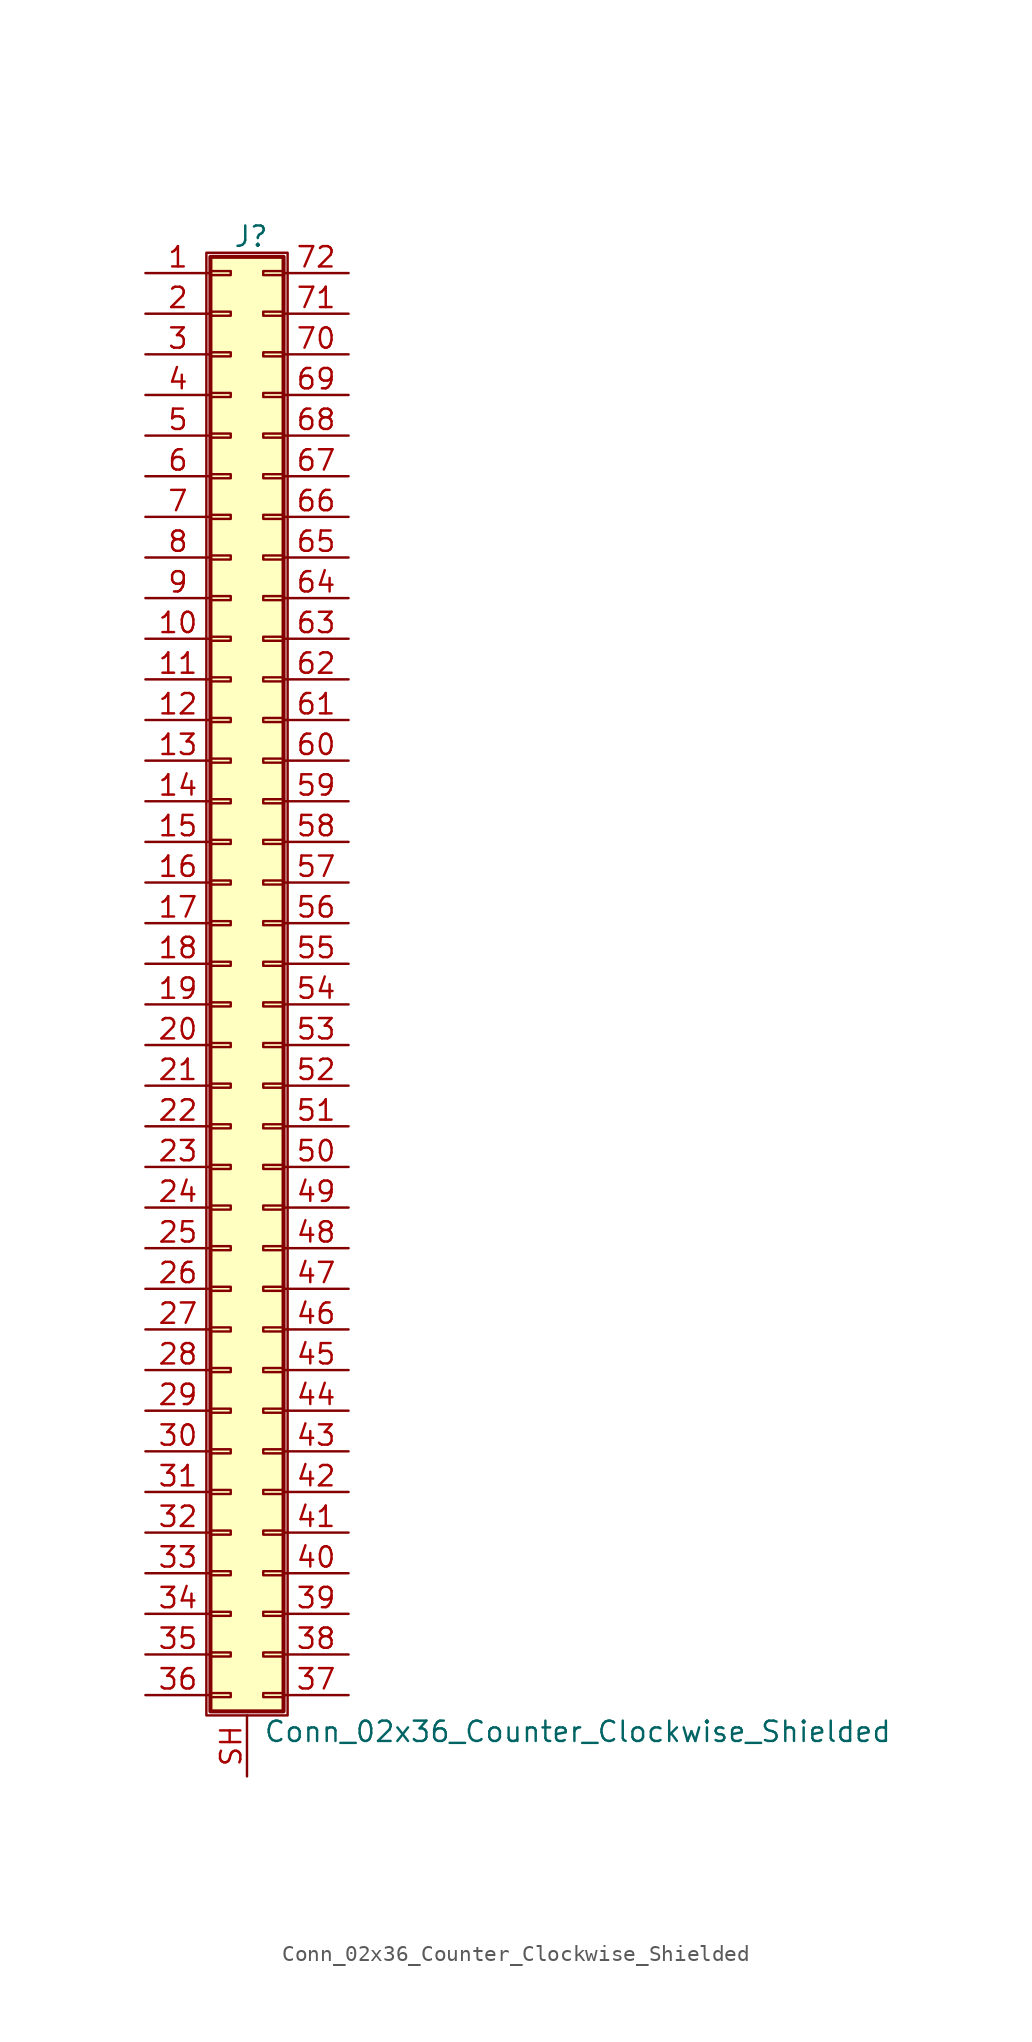
<source format=kicad_sym>
(kicad_symbol_lib
  (version 20201005)
  (generator kicad_symbol_editor)
  (symbol "Connector_Generic_Shielded:Conn_02x36_Counter_Clockwise_Shielded"
    (pin_names
      (offset 1.016) hide)
    (property "Reference" "J"
      (at 1.524 45.466 0)
      (effects (font (size 1.27 1.27))))
    (property "Value" "Conn_02x36_Counter_Clockwise_Shielded"
      (at 2.286 -48.006 0)
      (effects (font (size 1.27 1.27)) (justify left)))
    (symbol "Conn_02x36_Counter_Clockwise_Shielded_1_1"
      (rectangle (start -1.016 -27.813) (end 0.254 -28.067) (stroke (width 0.152)) (fill (type none)))
      (rectangle (start -1.016 -30.353) (end 0.254 -30.607) (stroke (width 0.152)) (fill (type none)))
      (rectangle (start -1.016 -32.893) (end 0.254 -33.147) (stroke (width 0.152)) (fill (type none)))
      (rectangle (start -1.016 -35.433) (end 0.254 -35.687) (stroke (width 0.152)) (fill (type none)))
      (rectangle (start -1.016 -37.973) (end 0.254 -38.227) (stroke (width 0.152)) (fill (type none)))
      (rectangle (start -1.016 -40.513) (end 0.254 -40.767) (stroke (width 0.152)) (fill (type none)))
      (rectangle (start -1.016 -43.053) (end 0.254 -43.307) (stroke (width 0.152)) (fill (type none)))
      (rectangle (start -1.016 -45.593) (end 0.254 -45.847) (stroke (width 0.152)) (fill (type none)))
      (rectangle (start -1.016 -4.953) (end 0.254 -5.207) (stroke (width 0.152)) (fill (type none)))
      (rectangle (start -1.016 -7.493) (end 0.254 -7.747) (stroke (width 0.152)) (fill (type none)))
      (rectangle (start -1.016 -10.033) (end 0.254 -10.287) (stroke (width 0.152)) (fill (type none)))
      (rectangle (start -1.016 -12.573) (end 0.254 -12.827) (stroke (width 0.152)) (fill (type none)))
      (rectangle (start -1.016 -15.113) (end 0.254 -15.367) (stroke (width 0.152)) (fill (type none)))
      (rectangle (start -1.016 -17.653) (end 0.254 -17.907) (stroke (width 0.152)) (fill (type none)))
      (rectangle (start -1.016 -20.193) (end 0.254 -20.447) (stroke (width 0.152)) (fill (type none)))
      (rectangle (start -1.016 -22.733) (end 0.254 -22.987) (stroke (width 0.152)) (fill (type none)))
      (rectangle (start -1.016 -2.413) (end 0.254 -2.667) (stroke (width 0.152)) (fill (type none)))
      (rectangle (start -1.016 -25.273) (end 0.254 -25.527) (stroke (width 0.152)) (fill (type none)))
      (rectangle (start -1.016 25.527) (end 0.254 25.273) (stroke (width 0.152)) (fill (type none)))
      (rectangle (start -1.016 2.667) (end 0.254 2.413) (stroke (width 0.152)) (fill (type none)))
      (rectangle (start -1.016 28.067) (end 0.254 27.813) (stroke (width 0.152)) (fill (type none)))
      (rectangle (start -1.016 30.607) (end 0.254 30.353) (stroke (width 0.152)) (fill (type none)))
      (rectangle (start -1.016 33.147) (end 0.254 32.893) (stroke (width 0.152)) (fill (type none)))
      (rectangle (start -1.016 35.687) (end 0.254 35.433) (stroke (width 0.152)) (fill (type none)))
      (rectangle (start -1.016 38.227) (end 0.254 37.973) (stroke (width 0.152)) (fill (type none)))
      (rectangle (start -1.016 40.767) (end 0.254 40.513) (stroke (width 0.152)) (fill (type none)))
      (rectangle (start -1.016 43.307) (end 0.254 43.053) (stroke (width 0.152)) (fill (type none)))
      (rectangle (start -1.016 44.196) (end 3.556 -46.736) (stroke (width 0.254)) (fill (type background)))
      (rectangle (start -1.016 5.207) (end 0.254 4.953) (stroke (width 0.152)) (fill (type none)))
      (rectangle (start -1.016 7.747) (end 0.254 7.493) (stroke (width 0.152)) (fill (type none)))
      (rectangle (start -1.016 10.287) (end 0.254 10.033) (stroke (width 0.152)) (fill (type none)))
      (rectangle (start -1.016 0.127) (end 0.254 -0.127) (stroke (width 0.152)) (fill (type none)))
      (rectangle (start -1.016 12.827) (end 0.254 12.573) (stroke (width 0.152)) (fill (type none)))
      (rectangle (start -1.016 15.367) (end 0.254 15.113) (stroke (width 0.152)) (fill (type none)))
      (rectangle (start -1.016 17.907) (end 0.254 17.653) (stroke (width 0.152)) (fill (type none)))
      (rectangle (start -1.016 20.447) (end 0.254 20.193) (stroke (width 0.152)) (fill (type none)))
      (rectangle (start -1.016 22.987) (end 0.254 22.733) (stroke (width 0.152)) (fill (type none)))
      (rectangle (start -1.27 44.45) (end 3.81 -46.99) (stroke (width 0.152)) (fill (type none)))
      (rectangle (start 3.556 -27.813) (end 2.286 -28.067) (stroke (width 0.152)) (fill (type none)))
      (rectangle (start 3.556 -30.353) (end 2.286 -30.607) (stroke (width 0.152)) (fill (type none)))
      (rectangle (start 3.556 -32.893) (end 2.286 -33.147) (stroke (width 0.152)) (fill (type none)))
      (rectangle (start 3.556 -35.433) (end 2.286 -35.687) (stroke (width 0.152)) (fill (type none)))
      (rectangle (start 3.556 -37.973) (end 2.286 -38.227) (stroke (width 0.152)) (fill (type none)))
      (rectangle (start 3.556 -40.513) (end 2.286 -40.767) (stroke (width 0.152)) (fill (type none)))
      (rectangle (start 3.556 -43.053) (end 2.286 -43.307) (stroke (width 0.152)) (fill (type none)))
      (rectangle (start 3.556 -45.593) (end 2.286 -45.847) (stroke (width 0.152)) (fill (type none)))
      (rectangle (start 3.556 -4.953) (end 2.286 -5.207) (stroke (width 0.152)) (fill (type none)))
      (rectangle (start 3.556 -7.493) (end 2.286 -7.747) (stroke (width 0.152)) (fill (type none)))
      (rectangle (start 3.556 -10.033) (end 2.286 -10.287) (stroke (width 0.152)) (fill (type none)))
      (rectangle (start 3.556 -12.573) (end 2.286 -12.827) (stroke (width 0.152)) (fill (type none)))
      (rectangle (start 3.556 -15.113) (end 2.286 -15.367) (stroke (width 0.152)) (fill (type none)))
      (rectangle (start 3.556 -17.653) (end 2.286 -17.907) (stroke (width 0.152)) (fill (type none)))
      (rectangle (start 3.556 -20.193) (end 2.286 -20.447) (stroke (width 0.152)) (fill (type none)))
      (rectangle (start 3.556 -22.733) (end 2.286 -22.987) (stroke (width 0.152)) (fill (type none)))
      (rectangle (start 3.556 -2.413) (end 2.286 -2.667) (stroke (width 0.152)) (fill (type none)))
      (rectangle (start 3.556 -25.273) (end 2.286 -25.527) (stroke (width 0.152)) (fill (type none)))
      (rectangle (start 3.556 25.527) (end 2.286 25.273) (stroke (width 0.152)) (fill (type none)))
      (rectangle (start 3.556 2.667) (end 2.286 2.413) (stroke (width 0.152)) (fill (type none)))
      (rectangle (start 3.556 28.067) (end 2.286 27.813) (stroke (width 0.152)) (fill (type none)))
      (rectangle (start 3.556 30.607) (end 2.286 30.353) (stroke (width 0.152)) (fill (type none)))
      (rectangle (start 3.556 33.147) (end 2.286 32.893) (stroke (width 0.152)) (fill (type none)))
      (rectangle (start 3.556 35.687) (end 2.286 35.433) (stroke (width 0.152)) (fill (type none)))
      (rectangle (start 3.556 38.227) (end 2.286 37.973) (stroke (width 0.152)) (fill (type none)))
      (rectangle (start 3.556 40.767) (end 2.286 40.513) (stroke (width 0.152)) (fill (type none)))
      (rectangle (start 3.556 43.307) (end 2.286 43.053) (stroke (width 0.152)) (fill (type none)))
      (rectangle (start 3.556 5.207) (end 2.286 4.953) (stroke (width 0.152)) (fill (type none)))
      (rectangle (start 3.556 7.747) (end 2.286 7.493) (stroke (width 0.152)) (fill (type none)))
      (rectangle (start 3.556 10.287) (end 2.286 10.033) (stroke (width 0.152)) (fill (type none)))
      (rectangle (start 3.556 0.127) (end 2.286 -0.127) (stroke (width 0.152)) (fill (type none)))
      (rectangle (start 3.556 12.827) (end 2.286 12.573) (stroke (width 0.152)) (fill (type none)))
      (rectangle (start 3.556 15.367) (end 2.286 15.113) (stroke (width 0.152)) (fill (type none)))
      (rectangle (start 3.556 17.907) (end 2.286 17.653) (stroke (width 0.152)) (fill (type none)))
      (rectangle (start 3.556 20.447) (end 2.286 20.193) (stroke (width 0.152)) (fill (type none)))
      (rectangle (start 3.556 22.987) (end 2.286 22.733) (stroke (width 0.152)) (fill (type none)))
      (pin passive line (at -5.08 43.18 0) (length 4.064) (name "Pin_1" (effects (font (size 1.27 1.27)))) (number "1" (effects (font (size 1.27 1.27)))))
      (pin passive line (at -5.08 20.32 0) (length 4.064) (name "Pin_10" (effects (font (size 1.27 1.27)))) (number "10" (effects (font (size 1.27 1.27)))))
      (pin passive line (at -5.08 17.78 0) (length 4.064) (name "Pin_11" (effects (font (size 1.27 1.27)))) (number "11" (effects (font (size 1.27 1.27)))))
      (pin passive line (at -5.08 15.24 0) (length 4.064) (name "Pin_12" (effects (font (size 1.27 1.27)))) (number "12" (effects (font (size 1.27 1.27)))))
      (pin passive line (at -5.08 12.7 0) (length 4.064) (name "Pin_13" (effects (font (size 1.27 1.27)))) (number "13" (effects (font (size 1.27 1.27)))))
      (pin passive line (at -5.08 10.16 0) (length 4.064) (name "Pin_14" (effects (font (size 1.27 1.27)))) (number "14" (effects (font (size 1.27 1.27)))))
      (pin passive line (at -5.08 7.62 0) (length 4.064) (name "Pin_15" (effects (font (size 1.27 1.27)))) (number "15" (effects (font (size 1.27 1.27)))))
      (pin passive line (at -5.08 5.08 0) (length 4.064) (name "Pin_16" (effects (font (size 1.27 1.27)))) (number "16" (effects (font (size 1.27 1.27)))))
      (pin passive line (at -5.08 2.54 0) (length 4.064) (name "Pin_17" (effects (font (size 1.27 1.27)))) (number "17" (effects (font (size 1.27 1.27)))))
      (pin passive line (at -5.08 0 0) (length 4.064) (name "Pin_18" (effects (font (size 1.27 1.27)))) (number "18" (effects (font (size 1.27 1.27)))))
      (pin passive line (at -5.08 -2.54 0) (length 4.064) (name "Pin_19" (effects (font (size 1.27 1.27)))) (number "19" (effects (font (size 1.27 1.27)))))
      (pin passive line (at -5.08 40.64 0) (length 4.064) (name "Pin_2" (effects (font (size 1.27 1.27)))) (number "2" (effects (font (size 1.27 1.27)))))
      (pin passive line (at -5.08 -5.08 0) (length 4.064) (name "Pin_20" (effects (font (size 1.27 1.27)))) (number "20" (effects (font (size 1.27 1.27)))))
      (pin passive line (at -5.08 -7.62 0) (length 4.064) (name "Pin_21" (effects (font (size 1.27 1.27)))) (number "21" (effects (font (size 1.27 1.27)))))
      (pin passive line (at -5.08 -10.16 0) (length 4.064) (name "Pin_22" (effects (font (size 1.27 1.27)))) (number "22" (effects (font (size 1.27 1.27)))))
      (pin passive line (at -5.08 -12.7 0) (length 4.064) (name "Pin_23" (effects (font (size 1.27 1.27)))) (number "23" (effects (font (size 1.27 1.27)))))
      (pin passive line (at -5.08 -15.24 0) (length 4.064) (name "Pin_24" (effects (font (size 1.27 1.27)))) (number "24" (effects (font (size 1.27 1.27)))))
      (pin passive line (at -5.08 -17.78 0) (length 4.064) (name "Pin_25" (effects (font (size 1.27 1.27)))) (number "25" (effects (font (size 1.27 1.27)))))
      (pin passive line (at -5.08 -20.32 0) (length 4.064) (name "Pin_26" (effects (font (size 1.27 1.27)))) (number "26" (effects (font (size 1.27 1.27)))))
      (pin passive line (at -5.08 -22.86 0) (length 4.064) (name "Pin_27" (effects (font (size 1.27 1.27)))) (number "27" (effects (font (size 1.27 1.27)))))
      (pin passive line (at -5.08 -25.4 0) (length 4.064) (name "Pin_28" (effects (font (size 1.27 1.27)))) (number "28" (effects (font (size 1.27 1.27)))))
      (pin passive line (at -5.08 -27.94 0) (length 4.064) (name "Pin_29" (effects (font (size 1.27 1.27)))) (number "29" (effects (font (size 1.27 1.27)))))
      (pin passive line (at -5.08 38.1 0) (length 4.064) (name "Pin_3" (effects (font (size 1.27 1.27)))) (number "3" (effects (font (size 1.27 1.27)))))
      (pin passive line (at -5.08 -30.48 0) (length 4.064) (name "Pin_30" (effects (font (size 1.27 1.27)))) (number "30" (effects (font (size 1.27 1.27)))))
      (pin passive line (at -5.08 -33.02 0) (length 4.064) (name "Pin_31" (effects (font (size 1.27 1.27)))) (number "31" (effects (font (size 1.27 1.27)))))
      (pin passive line (at -5.08 -35.56 0) (length 4.064) (name "Pin_32" (effects (font (size 1.27 1.27)))) (number "32" (effects (font (size 1.27 1.27)))))
      (pin passive line (at -5.08 -38.1 0) (length 4.064) (name "Pin_33" (effects (font (size 1.27 1.27)))) (number "33" (effects (font (size 1.27 1.27)))))
      (pin passive line (at -5.08 -40.64 0) (length 4.064) (name "Pin_34" (effects (font (size 1.27 1.27)))) (number "34" (effects (font (size 1.27 1.27)))))
      (pin passive line (at -5.08 -43.18 0) (length 4.064) (name "Pin_35" (effects (font (size 1.27 1.27)))) (number "35" (effects (font (size 1.27 1.27)))))
      (pin passive line (at -5.08 -45.72 0) (length 4.064) (name "Pin_36" (effects (font (size 1.27 1.27)))) (number "36" (effects (font (size 1.27 1.27)))))
      (pin passive line (at 7.62 -45.72 180) (length 4.064) (name "Pin_37" (effects (font (size 1.27 1.27)))) (number "37" (effects (font (size 1.27 1.27)))))
      (pin passive line (at 7.62 -43.18 180) (length 4.064) (name "Pin_38" (effects (font (size 1.27 1.27)))) (number "38" (effects (font (size 1.27 1.27)))))
      (pin passive line (at 7.62 -40.64 180) (length 4.064) (name "Pin_39" (effects (font (size 1.27 1.27)))) (number "39" (effects (font (size 1.27 1.27)))))
      (pin passive line (at -5.08 35.56 0) (length 4.064) (name "Pin_4" (effects (font (size 1.27 1.27)))) (number "4" (effects (font (size 1.27 1.27)))))
      (pin passive line (at 7.62 -38.1 180) (length 4.064) (name "Pin_40" (effects (font (size 1.27 1.27)))) (number "40" (effects (font (size 1.27 1.27)))))
      (pin passive line (at 7.62 -35.56 180) (length 4.064) (name "Pin_41" (effects (font (size 1.27 1.27)))) (number "41" (effects (font (size 1.27 1.27)))))
      (pin passive line (at 7.62 -33.02 180) (length 4.064) (name "Pin_42" (effects (font (size 1.27 1.27)))) (number "42" (effects (font (size 1.27 1.27)))))
      (pin passive line (at 7.62 -30.48 180) (length 4.064) (name "Pin_43" (effects (font (size 1.27 1.27)))) (number "43" (effects (font (size 1.27 1.27)))))
      (pin passive line (at 7.62 -27.94 180) (length 4.064) (name "Pin_44" (effects (font (size 1.27 1.27)))) (number "44" (effects (font (size 1.27 1.27)))))
      (pin passive line (at 7.62 -25.4 180) (length 4.064) (name "Pin_45" (effects (font (size 1.27 1.27)))) (number "45" (effects (font (size 1.27 1.27)))))
      (pin passive line (at 7.62 -22.86 180) (length 4.064) (name "Pin_46" (effects (font (size 1.27 1.27)))) (number "46" (effects (font (size 1.27 1.27)))))
      (pin passive line (at 7.62 -20.32 180) (length 4.064) (name "Pin_47" (effects (font (size 1.27 1.27)))) (number "47" (effects (font (size 1.27 1.27)))))
      (pin passive line (at 7.62 -17.78 180) (length 4.064) (name "Pin_48" (effects (font (size 1.27 1.27)))) (number "48" (effects (font (size 1.27 1.27)))))
      (pin passive line (at 7.62 -15.24 180) (length 4.064) (name "Pin_49" (effects (font (size 1.27 1.27)))) (number "49" (effects (font (size 1.27 1.27)))))
      (pin passive line (at -5.08 33.02 0) (length 4.064) (name "Pin_5" (effects (font (size 1.27 1.27)))) (number "5" (effects (font (size 1.27 1.27)))))
      (pin passive line (at 7.62 -12.7 180) (length 4.064) (name "Pin_50" (effects (font (size 1.27 1.27)))) (number "50" (effects (font (size 1.27 1.27)))))
      (pin passive line (at 7.62 -10.16 180) (length 4.064) (name "Pin_51" (effects (font (size 1.27 1.27)))) (number "51" (effects (font (size 1.27 1.27)))))
      (pin passive line (at 7.62 -7.62 180) (length 4.064) (name "Pin_52" (effects (font (size 1.27 1.27)))) (number "52" (effects (font (size 1.27 1.27)))))
      (pin passive line (at 7.62 -5.08 180) (length 4.064) (name "Pin_53" (effects (font (size 1.27 1.27)))) (number "53" (effects (font (size 1.27 1.27)))))
      (pin passive line (at 7.62 -2.54 180) (length 4.064) (name "Pin_54" (effects (font (size 1.27 1.27)))) (number "54" (effects (font (size 1.27 1.27)))))
      (pin passive line (at 7.62 0 180) (length 4.064) (name "Pin_55" (effects (font (size 1.27 1.27)))) (number "55" (effects (font (size 1.27 1.27)))))
      (pin passive line (at 7.62 2.54 180) (length 4.064) (name "Pin_56" (effects (font (size 1.27 1.27)))) (number "56" (effects (font (size 1.27 1.27)))))
      (pin passive line (at 7.62 5.08 180) (length 4.064) (name "Pin_57" (effects (font (size 1.27 1.27)))) (number "57" (effects (font (size 1.27 1.27)))))
      (pin passive line (at 7.62 7.62 180) (length 4.064) (name "Pin_58" (effects (font (size 1.27 1.27)))) (number "58" (effects (font (size 1.27 1.27)))))
      (pin passive line (at 7.62 10.16 180) (length 4.064) (name "Pin_59" (effects (font (size 1.27 1.27)))) (number "59" (effects (font (size 1.27 1.27)))))
      (pin passive line (at -5.08 30.48 0) (length 4.064) (name "Pin_6" (effects (font (size 1.27 1.27)))) (number "6" (effects (font (size 1.27 1.27)))))
      (pin passive line (at 7.62 12.7 180) (length 4.064) (name "Pin_60" (effects (font (size 1.27 1.27)))) (number "60" (effects (font (size 1.27 1.27)))))
      (pin passive line (at 7.62 15.24 180) (length 4.064) (name "Pin_61" (effects (font (size 1.27 1.27)))) (number "61" (effects (font (size 1.27 1.27)))))
      (pin passive line (at 7.62 17.78 180) (length 4.064) (name "Pin_62" (effects (font (size 1.27 1.27)))) (number "62" (effects (font (size 1.27 1.27)))))
      (pin passive line (at 7.62 20.32 180) (length 4.064) (name "Pin_63" (effects (font (size 1.27 1.27)))) (number "63" (effects (font (size 1.27 1.27)))))
      (pin passive line (at 7.62 22.86 180) (length 4.064) (name "Pin_64" (effects (font (size 1.27 1.27)))) (number "64" (effects (font (size 1.27 1.27)))))
      (pin passive line (at 7.62 25.4 180) (length 4.064) (name "Pin_65" (effects (font (size 1.27 1.27)))) (number "65" (effects (font (size 1.27 1.27)))))
      (pin passive line (at 7.62 27.94 180) (length 4.064) (name "Pin_66" (effects (font (size 1.27 1.27)))) (number "66" (effects (font (size 1.27 1.27)))))
      (pin passive line (at 7.62 30.48 180) (length 4.064) (name "Pin_67" (effects (font (size 1.27 1.27)))) (number "67" (effects (font (size 1.27 1.27)))))
      (pin passive line (at 7.62 33.02 180) (length 4.064) (name "Pin_68" (effects (font (size 1.27 1.27)))) (number "68" (effects (font (size 1.27 1.27)))))
      (pin passive line (at 7.62 35.56 180) (length 4.064) (name "Pin_69" (effects (font (size 1.27 1.27)))) (number "69" (effects (font (size 1.27 1.27)))))
      (pin passive line (at -5.08 27.94 0) (length 4.064) (name "Pin_7" (effects (font (size 1.27 1.27)))) (number "7" (effects (font (size 1.27 1.27)))))
      (pin passive line (at 7.62 38.1 180) (length 4.064) (name "Pin_70" (effects (font (size 1.27 1.27)))) (number "70" (effects (font (size 1.27 1.27)))))
      (pin passive line (at 7.62 40.64 180) (length 4.064) (name "Pin_71" (effects (font (size 1.27 1.27)))) (number "71" (effects (font (size 1.27 1.27)))))
      (pin passive line (at 7.62 43.18 180) (length 4.064) (name "Pin_72" (effects (font (size 1.27 1.27)))) (number "72" (effects (font (size 1.27 1.27)))))
      (pin passive line (at -5.08 25.4 0) (length 4.064) (name "Pin_8" (effects (font (size 1.27 1.27)))) (number "8" (effects (font (size 1.27 1.27)))))
      (pin passive line (at -5.08 22.86 0) (length 4.064) (name "Pin_9" (effects (font (size 1.27 1.27)))) (number "9" (effects (font (size 1.27 1.27)))))
      (pin passive line (at 1.27 -50.8 90) (length 3.81) (name "Shield" (effects (font (size 1.27 1.27)))) (number "SH" (effects (font (size 1.27 1.27))))))))
</source>
